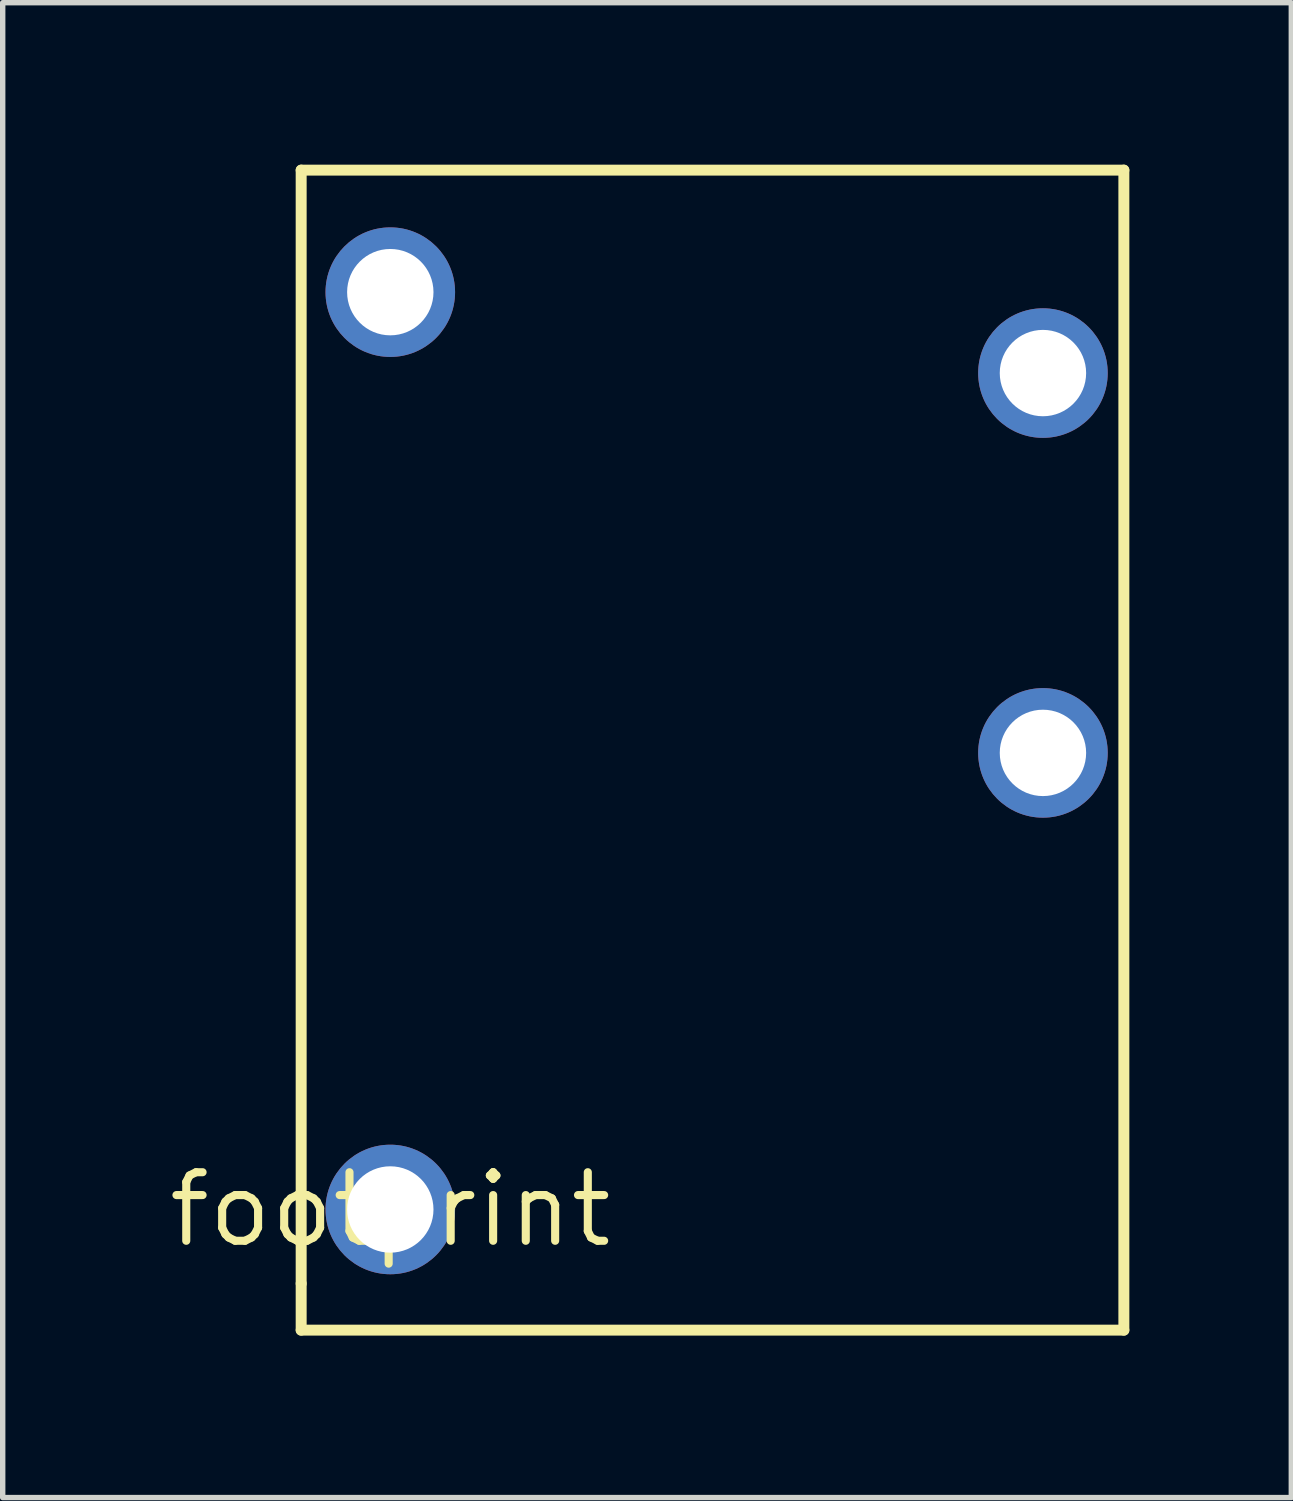
<source format=kicad_pcb>
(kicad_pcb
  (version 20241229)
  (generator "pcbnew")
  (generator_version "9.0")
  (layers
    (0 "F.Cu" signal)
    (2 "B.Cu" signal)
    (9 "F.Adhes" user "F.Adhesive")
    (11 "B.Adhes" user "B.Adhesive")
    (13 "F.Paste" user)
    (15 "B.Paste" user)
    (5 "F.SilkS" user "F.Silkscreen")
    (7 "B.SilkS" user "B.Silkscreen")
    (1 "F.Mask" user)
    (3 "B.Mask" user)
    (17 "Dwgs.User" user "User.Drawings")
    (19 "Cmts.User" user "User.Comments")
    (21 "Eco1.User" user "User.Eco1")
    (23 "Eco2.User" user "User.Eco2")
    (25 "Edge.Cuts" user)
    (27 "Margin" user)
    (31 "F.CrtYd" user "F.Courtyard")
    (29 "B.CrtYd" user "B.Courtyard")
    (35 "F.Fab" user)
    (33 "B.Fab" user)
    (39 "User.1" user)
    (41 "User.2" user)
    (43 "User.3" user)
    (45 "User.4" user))
  (footprint "footprint"
    (layer "F.Cu")
    (at 4.18 19.355)
    (property "Reference" "footprint" (at 0 0 0) (layer "F.SilkS") (effects (font (size 1.27 1.27) (thickness 0.15))))
    (fp_line (start -1.651 -19.253) (end -1.651 1.372) (stroke (width 0.203) (type solid)) (layer "F.SilkS"))
    (fp_line (start -1.651 -19.253) (end 13.589 -19.253) (stroke (width 0.203) (type solid)) (layer "F.SilkS"))
    (fp_line (start -1.651 1.372) (end -1.651 2.235) (stroke (width 0.203) (type solid)) (layer "F.SilkS"))
    (fp_line (start 13.589 -19.253) (end 13.589 2.235) (stroke (width 0.203) (type solid)) (layer "F.SilkS"))
    (fp_line (start 13.589 2.235) (end -1.651 2.235) (stroke (width 0.203) (type solid)) (layer "F.SilkS"))
    (pad "P$1" thru_hole circle (at 0 0) (size 2.4 2.4) (drill 1.6) (layers "*.Cu" "*.Mask"))
    (pad "P$2" thru_hole circle (at 0 -16.993) (size 2.4 2.4) (drill 1.6) (layers "*.Cu" "*.Mask"))
    (pad "P$3" thru_hole circle (at 12.09 -15.494) (size 2.4 2.4) (drill 1.6) (layers "*.Cu" "*.Mask"))
    (pad "P$4" thru_hole circle (at 12.09 -8.458) (size 2.4 2.4) (drill 1.6) (layers "*.Cu" "*.Mask")))
  (gr_rect
    (start -3 -3)
    (end 20.871 24.692)
    (stroke (width 0.1) (type default))
    (fill no)
    (layer "Edge.Cuts")))
</source>
